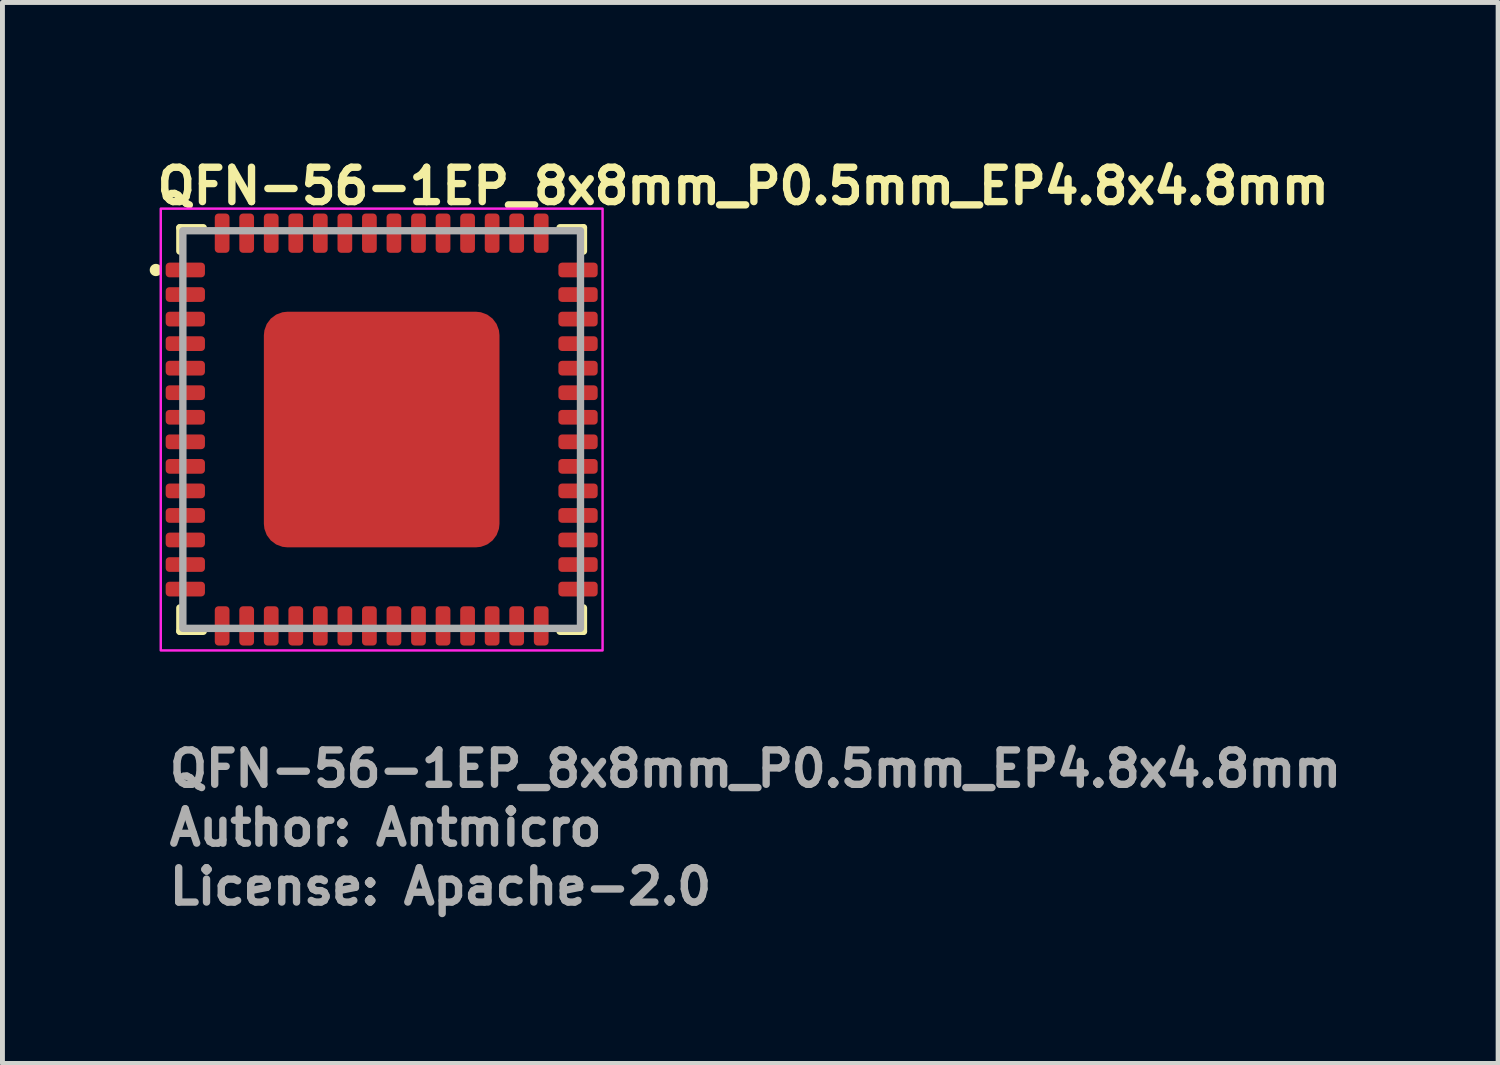
<source format=kicad_pcb>
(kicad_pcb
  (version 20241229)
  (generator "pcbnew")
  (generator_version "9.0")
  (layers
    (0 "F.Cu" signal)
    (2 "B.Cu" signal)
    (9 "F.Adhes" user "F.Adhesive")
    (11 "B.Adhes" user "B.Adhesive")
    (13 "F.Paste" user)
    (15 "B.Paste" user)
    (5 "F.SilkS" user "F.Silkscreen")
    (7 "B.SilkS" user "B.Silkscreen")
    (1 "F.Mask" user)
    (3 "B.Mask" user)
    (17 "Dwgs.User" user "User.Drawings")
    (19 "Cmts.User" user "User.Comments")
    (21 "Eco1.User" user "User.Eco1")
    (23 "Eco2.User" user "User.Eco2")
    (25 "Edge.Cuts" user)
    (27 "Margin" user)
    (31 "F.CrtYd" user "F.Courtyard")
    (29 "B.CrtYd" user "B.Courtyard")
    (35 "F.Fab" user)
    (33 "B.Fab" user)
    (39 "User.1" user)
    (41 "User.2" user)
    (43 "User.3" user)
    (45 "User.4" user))
  (footprint "QFN-56-1EP_8x8mm_P0.5mm_EP4.8x4.8mm"
    (layer "F.Cu")
    (at 4.725 5.7)
    (property "Reference" "QFN-56-1EP_8x8mm_P0.5mm_EP4.8x4.8mm" (at -4.65 -4.55 0) (layer "F.SilkS") (effects (font (size 0.7 0.7) (thickness 0.15)) (justify left bottom)))
    (attr smd)
    (fp_line (start -4.111 -3.635) (end -4.111 -4.111) (stroke (width 0.15) (type solid)) (layer "F.SilkS"))
    (fp_line (start -4.111 4.11) (end -4.111 3.634) (stroke (width 0.15) (type solid)) (layer "F.SilkS"))
    (fp_line (start -3.635 -4.111) (end -4.111 -4.111) (stroke (width 0.15) (type solid)) (layer "F.SilkS"))
    (fp_line (start -3.635 4.11) (end -4.111 4.11) (stroke (width 0.15) (type solid)) (layer "F.SilkS"))
    (fp_line (start 3.634 -4.111) (end 4.11 -4.111) (stroke (width 0.15) (type solid)) (layer "F.SilkS"))
    (fp_line (start 3.634 4.11) (end 4.11 4.11) (stroke (width 0.15) (type solid)) (layer "F.SilkS"))
    (fp_line (start 4.11 -4.111) (end 4.11 -3.635) (stroke (width 0.15) (type solid)) (layer "F.SilkS"))
    (fp_line (start 4.11 4.11) (end 4.11 3.634) (stroke (width 0.15) (type solid)) (layer "F.SilkS"))
    (fp_circle (center -4.6 -3.25) (end -4.55 -3.25) (stroke (width 0.15) (type solid)) (fill yes) (layer "F.SilkS"))
    (fp_rect (start 4.5 4.5) (end -4.5 -4.5) (stroke (width 0.05) (type solid)) (fill no) (layer "F.CrtYd"))
    (fp_rect (start -4.05 -4.05) (end 4.05 4.05) (stroke (width 0.15) (type solid)) (fill no) (layer "F.Fab"))
    (fp_rect (start -4.05 -4.05) (end 4.05 4.05) (stroke (width 0.1) (type solid)) (fill no) (layer "User.5"))
    (fp_line (start -4.05 -3.375) (end -4 -3.375) (stroke (width 0.01) (type solid)) (layer "User.9"))
    (fp_line (start -4.05 -3.125) (end -4.05 -3.375) (stroke (width 0.01) (type solid)) (layer "User.9"))
    (fp_line (start -4.05 -3.125) (end -4 -3.125) (stroke (width 0.01) (type solid)) (layer "User.9"))
    (fp_line (start -4.05 -2.875) (end -4 -2.875) (stroke (width 0.01) (type solid)) (layer "User.9"))
    (fp_line (start -4.05 -2.625) (end -4.05 -2.875) (stroke (width 0.01) (type solid)) (layer "User.9"))
    (fp_line (start -4.05 -2.625) (end -4 -2.625) (stroke (width 0.01) (type solid)) (layer "User.9"))
    (fp_line (start -4.05 -2.375) (end -4 -2.375) (stroke (width 0.01) (type solid)) (layer "User.9"))
    (fp_line (start -4.05 -2.125) (end -4.05 -2.375) (stroke (width 0.01) (type solid)) (layer "User.9"))
    (fp_line (start -4.05 -2.125) (end -4 -2.125) (stroke (width 0.01) (type solid)) (layer "User.9"))
    (fp_line (start -4.05 -1.875) (end -4 -1.875) (stroke (width 0.01) (type solid)) (layer "User.9"))
    (fp_line (start -4.05 -1.625) (end -4.05 -1.875) (stroke (width 0.01) (type solid)) (layer "User.9"))
    (fp_line (start -4.05 -1.625) (end -4 -1.625) (stroke (width 0.01) (type solid)) (layer "User.9"))
    (fp_line (start -4.05 -1.375) (end -4 -1.375) (stroke (width 0.01) (type solid)) (layer "User.9"))
    (fp_line (start -4.05 -1.125) (end -4.05 -1.375) (stroke (width 0.01) (type solid)) (layer "User.9"))
    (fp_line (start -4.05 -1.125) (end -4 -1.125) (stroke (width 0.01) (type solid)) (layer "User.9"))
    (fp_line (start -4.05 -0.875) (end -4 -0.875) (stroke (width 0.01) (type solid)) (layer "User.9"))
    (fp_line (start -4.05 -0.625) (end -4.05 -0.875) (stroke (width 0.01) (type solid)) (layer "User.9"))
    (fp_line (start -4.05 -0.625) (end -4 -0.625) (stroke (width 0.01) (type solid)) (layer "User.9"))
    (fp_line (start -4.05 -0.375) (end -4 -0.375) (stroke (width 0.01) (type solid)) (layer "User.9"))
    (fp_line (start -4.05 -0.125) (end -4.05 -0.375) (stroke (width 0.01) (type solid)) (layer "User.9"))
    (fp_line (start -4.05 -0.125) (end -4 -0.125) (stroke (width 0.01) (type solid)) (layer "User.9"))
    (fp_line (start -4.05 0.125) (end -4 0.125) (stroke (width 0.01) (type solid)) (layer "User.9"))
    (fp_line (start -4.05 0.375) (end -4.05 0.125) (stroke (width 0.01) (type solid)) (layer "User.9"))
    (fp_line (start -4.05 0.375) (end -4 0.375) (stroke (width 0.01) (type solid)) (layer "User.9"))
    (fp_line (start -4.05 0.625) (end -4 0.625) (stroke (width 0.01) (type solid)) (layer "User.9"))
    (fp_line (start -4.05 0.875) (end -4.05 0.625) (stroke (width 0.01) (type solid)) (layer "User.9"))
    (fp_line (start -4.05 0.875) (end -4 0.875) (stroke (width 0.01) (type solid)) (layer "User.9"))
    (fp_line (start -4.05 1.125) (end -4 1.125) (stroke (width 0.01) (type solid)) (layer "User.9"))
    (fp_line (start -4.05 1.375) (end -4.05 1.125) (stroke (width 0.01) (type solid)) (layer "User.9"))
    (fp_line (start -4.05 1.375) (end -4 1.375) (stroke (width 0.01) (type solid)) (layer "User.9"))
    (fp_line (start -4.05 1.625) (end -4 1.625) (stroke (width 0.01) (type solid)) (layer "User.9"))
    (fp_line (start -4.05 1.875) (end -4.05 1.625) (stroke (width 0.01) (type solid)) (layer "User.9"))
    (fp_line (start -4.05 1.875) (end -4 1.875) (stroke (width 0.01) (type solid)) (layer "User.9"))
    (fp_line (start -4.05 2.125) (end -4 2.125) (stroke (width 0.01) (type solid)) (layer "User.9"))
    (fp_line (start -4.05 2.375) (end -4.05 2.125) (stroke (width 0.01) (type solid)) (layer "User.9"))
    (fp_line (start -4.05 2.375) (end -4 2.375) (stroke (width 0.01) (type solid)) (layer "User.9"))
    (fp_line (start -4.05 2.625) (end -4 2.625) (stroke (width 0.01) (type solid)) (layer "User.9"))
    (fp_line (start -4.05 2.875) (end -4.05 2.625) (stroke (width 0.01) (type solid)) (layer "User.9"))
    (fp_line (start -4.05 2.875) (end -4 2.875) (stroke (width 0.01) (type solid)) (layer "User.9"))
    (fp_line (start -4.05 3.125) (end -4 3.125) (stroke (width 0.01) (type solid)) (layer "User.9"))
    (fp_line (start -4.05 3.375) (end -4.05 3.125) (stroke (width 0.01) (type solid)) (layer "User.9"))
    (fp_line (start -4.05 3.375) (end -4 3.375) (stroke (width 0.01) (type solid)) (layer "User.9"))
    (fp_line (start -4 -4) (end 4 -4) (stroke (width 0.01) (type solid)) (layer "User.9"))
    (fp_line (start -4 4) (end -4 -4) (stroke (width 0.01) (type solid)) (layer "User.9"))
    (fp_line (start -4 4) (end 4 4) (stroke (width 0.01) (type solid)) (layer "User.9"))
    (fp_line (start -3.375 -4.05) (end -3.375 -4) (stroke (width 0.01) (type solid)) (layer "User.9"))
    (fp_line (start -3.375 -4.05) (end -3.125 -4.05) (stroke (width 0.01) (type solid)) (layer "User.9"))
    (fp_line (start -3.375 4.05) (end -3.375 4) (stroke (width 0.01) (type solid)) (layer "User.9"))
    (fp_line (start -3.375 4.05) (end -3.125 4.05) (stroke (width 0.01) (type solid)) (layer "User.9"))
    (fp_line (start -3.125 -4.05) (end -3.125 -4) (stroke (width 0.01) (type solid)) (layer "User.9"))
    (fp_line (start -3.125 4.05) (end -3.125 4) (stroke (width 0.01) (type solid)) (layer "User.9"))
    (fp_line (start -2.875 -4.05) (end -2.875 -4) (stroke (width 0.01) (type solid)) (layer "User.9"))
    (fp_line (start -2.875 -4.05) (end -2.625 -4.05) (stroke (width 0.01) (type solid)) (layer "User.9"))
    (fp_line (start -2.875 4.05) (end -2.875 4) (stroke (width 0.01) (type solid)) (layer "User.9"))
    (fp_line (start -2.875 4.05) (end -2.625 4.05) (stroke (width 0.01) (type solid)) (layer "User.9"))
    (fp_line (start -2.625 -4.05) (end -2.625 -4) (stroke (width 0.01) (type solid)) (layer "User.9"))
    (fp_line (start -2.625 4.05) (end -2.625 4) (stroke (width 0.01) (type solid)) (layer "User.9"))
    (fp_line (start -2.375 -4.05) (end -2.375 -4) (stroke (width 0.01) (type solid)) (layer "User.9"))
    (fp_line (start -2.375 -4.05) (end -2.125 -4.05) (stroke (width 0.01) (type solid)) (layer "User.9"))
    (fp_line (start -2.375 4.05) (end -2.375 4) (stroke (width 0.01) (type solid)) (layer "User.9"))
    (fp_line (start -2.375 4.05) (end -2.125 4.05) (stroke (width 0.01) (type solid)) (layer "User.9"))
    (fp_line (start -2.125 -4.05) (end -2.125 -4) (stroke (width 0.01) (type solid)) (layer "User.9"))
    (fp_line (start -2.125 4.05) (end -2.125 4) (stroke (width 0.01) (type solid)) (layer "User.9"))
    (fp_line (start -1.875 -4.05) (end -1.875 -4) (stroke (width 0.01) (type solid)) (layer "User.9"))
    (fp_line (start -1.875 -4.05) (end -1.625 -4.05) (stroke (width 0.01) (type solid)) (layer "User.9"))
    (fp_line (start -1.875 4.05) (end -1.875 4) (stroke (width 0.01) (type solid)) (layer "User.9"))
    (fp_line (start -1.875 4.05) (end -1.625 4.05) (stroke (width 0.01) (type solid)) (layer "User.9"))
    (fp_line (start -1.625 -4.05) (end -1.625 -4) (stroke (width 0.01) (type solid)) (layer "User.9"))
    (fp_line (start -1.625 4.05) (end -1.625 4) (stroke (width 0.01) (type solid)) (layer "User.9"))
    (fp_line (start -1.375 -4.05) (end -1.375 -4) (stroke (width 0.01) (type solid)) (layer "User.9"))
    (fp_line (start -1.375 -4.05) (end -1.125 -4.05) (stroke (width 0.01) (type solid)) (layer "User.9"))
    (fp_line (start -1.375 4.05) (end -1.375 4) (stroke (width 0.01) (type solid)) (layer "User.9"))
    (fp_line (start -1.375 4.05) (end -1.125 4.05) (stroke (width 0.01) (type solid)) (layer "User.9"))
    (fp_line (start -1.125 -4.05) (end -1.125 -4) (stroke (width 0.01) (type solid)) (layer "User.9"))
    (fp_line (start -1.125 4.05) (end -1.125 4) (stroke (width 0.01) (type solid)) (layer "User.9"))
    (fp_line (start -0.875 -4.05) (end -0.875 -4) (stroke (width 0.01) (type solid)) (layer "User.9"))
    (fp_line (start -0.875 -4.05) (end -0.625 -4.05) (stroke (width 0.01) (type solid)) (layer "User.9"))
    (fp_line (start -0.875 4.05) (end -0.875 4) (stroke (width 0.01) (type solid)) (layer "User.9"))
    (fp_line (start -0.875 4.05) (end -0.625 4.05) (stroke (width 0.01) (type solid)) (layer "User.9"))
    (fp_line (start -0.625 -4.05) (end -0.625 -4) (stroke (width 0.01) (type solid)) (layer "User.9"))
    (fp_line (start -0.625 4.05) (end -0.625 4) (stroke (width 0.01) (type solid)) (layer "User.9"))
    (fp_line (start -0.375 -4.05) (end -0.375 -4) (stroke (width 0.01) (type solid)) (layer "User.9"))
    (fp_line (start -0.375 -4.05) (end -0.125 -4.05) (stroke (width 0.01) (type solid)) (layer "User.9"))
    (fp_line (start -0.375 4.05) (end -0.375 4) (stroke (width 0.01) (type solid)) (layer "User.9"))
    (fp_line (start -0.375 4.05) (end -0.125 4.05) (stroke (width 0.01) (type solid)) (layer "User.9"))
    (fp_line (start -0.125 -4.05) (end -0.125 -4) (stroke (width 0.01) (type solid)) (layer "User.9"))
    (fp_line (start -0.125 4.05) (end -0.125 4) (stroke (width 0.01) (type solid)) (layer "User.9"))
    (fp_line (start 0.125 -4.05) (end 0.125 -4) (stroke (width 0.01) (type solid)) (layer "User.9"))
    (fp_line (start 0.125 -4.05) (end 0.375 -4.05) (stroke (width 0.01) (type solid)) (layer "User.9"))
    (fp_line (start 0.125 4.05) (end 0.125 4) (stroke (width 0.01) (type solid)) (layer "User.9"))
    (fp_line (start 0.125 4.05) (end 0.375 4.05) (stroke (width 0.01) (type solid)) (layer "User.9"))
    (fp_line (start 0.375 -4.05) (end 0.375 -4) (stroke (width 0.01) (type solid)) (layer "User.9"))
    (fp_line (start 0.375 4.05) (end 0.375 4) (stroke (width 0.01) (type solid)) (layer "User.9"))
    (fp_line (start 0.625 -4.05) (end 0.625 -4) (stroke (width 0.01) (type solid)) (layer "User.9"))
    (fp_line (start 0.625 -4.05) (end 0.875 -4.05) (stroke (width 0.01) (type solid)) (layer "User.9"))
    (fp_line (start 0.625 4.05) (end 0.625 4) (stroke (width 0.01) (type solid)) (layer "User.9"))
    (fp_line (start 0.625 4.05) (end 0.875 4.05) (stroke (width 0.01) (type solid)) (layer "User.9"))
    (fp_line (start 0.875 -4.05) (end 0.875 -4) (stroke (width 0.01) (type solid)) (layer "User.9"))
    (fp_line (start 0.875 4.05) (end 0.875 4) (stroke (width 0.01) (type solid)) (layer "User.9"))
    (fp_line (start 1.125 -4.05) (end 1.125 -4) (stroke (width 0.01) (type solid)) (layer "User.9"))
    (fp_line (start 1.125 -4.05) (end 1.375 -4.05) (stroke (width 0.01) (type solid)) (layer "User.9"))
    (fp_line (start 1.125 4.05) (end 1.125 4) (stroke (width 0.01) (type solid)) (layer "User.9"))
    (fp_line (start 1.125 4.05) (end 1.375 4.05) (stroke (width 0.01) (type solid)) (layer "User.9"))
    (fp_line (start 1.375 -4.05) (end 1.375 -4) (stroke (width 0.01) (type solid)) (layer "User.9"))
    (fp_line (start 1.375 4.05) (end 1.375 4) (stroke (width 0.01) (type solid)) (layer "User.9"))
    (fp_line (start 1.625 -4.05) (end 1.625 -4) (stroke (width 0.01) (type solid)) (layer "User.9"))
    (fp_line (start 1.625 -4.05) (end 1.875 -4.05) (stroke (width 0.01) (type solid)) (layer "User.9"))
    (fp_line (start 1.625 4.05) (end 1.625 4) (stroke (width 0.01) (type solid)) (layer "User.9"))
    (fp_line (start 1.625 4.05) (end 1.875 4.05) (stroke (width 0.01) (type solid)) (layer "User.9"))
    (fp_line (start 1.875 -4.05) (end 1.875 -4) (stroke (width 0.01) (type solid)) (layer "User.9"))
    (fp_line (start 1.875 4.05) (end 1.875 4) (stroke (width 0.01) (type solid)) (layer "User.9"))
    (fp_line (start 2.125 -4.05) (end 2.125 -4) (stroke (width 0.01) (type solid)) (layer "User.9"))
    (fp_line (start 2.125 -4.05) (end 2.375 -4.05) (stroke (width 0.01) (type solid)) (layer "User.9"))
    (fp_line (start 2.125 4.05) (end 2.125 4) (stroke (width 0.01) (type solid)) (layer "User.9"))
    (fp_line (start 2.125 4.05) (end 2.375 4.05) (stroke (width 0.01) (type solid)) (layer "User.9"))
    (fp_line (start 2.375 -4.05) (end 2.375 -4) (stroke (width 0.01) (type solid)) (layer "User.9"))
    (fp_line (start 2.375 4.05) (end 2.375 4) (stroke (width 0.01) (type solid)) (layer "User.9"))
    (fp_line (start 2.625 -4.05) (end 2.625 -4) (stroke (width 0.01) (type solid)) (layer "User.9"))
    (fp_line (start 2.625 -4.05) (end 2.875 -4.05) (stroke (width 0.01) (type solid)) (layer "User.9"))
    (fp_line (start 2.625 4.05) (end 2.625 4) (stroke (width 0.01) (type solid)) (layer "User.9"))
    (fp_line (start 2.625 4.05) (end 2.875 4.05) (stroke (width 0.01) (type solid)) (layer "User.9"))
    (fp_line (start 2.875 -4.05) (end 2.875 -4) (stroke (width 0.01) (type solid)) (layer "User.9"))
    (fp_line (start 2.875 4.05) (end 2.875 4) (stroke (width 0.01) (type solid)) (layer "User.9"))
    (fp_line (start 3.125 -4.05) (end 3.125 -4) (stroke (width 0.01) (type solid)) (layer "User.9"))
    (fp_line (start 3.125 -4.05) (end 3.375 -4.05) (stroke (width 0.01) (type solid)) (layer "User.9"))
    (fp_line (start 3.125 4.05) (end 3.125 4) (stroke (width 0.01) (type solid)) (layer "User.9"))
    (fp_line (start 3.125 4.05) (end 3.375 4.05) (stroke (width 0.01) (type solid)) (layer "User.9"))
    (fp_line (start 3.375 -4.05) (end 3.375 -4) (stroke (width 0.01) (type solid)) (layer "User.9"))
    (fp_line (start 3.375 4.05) (end 3.375 4) (stroke (width 0.01) (type solid)) (layer "User.9"))
    (fp_line (start 4 4) (end 4 -4) (stroke (width 0.01) (type solid)) (layer "User.9"))
    (fp_line (start 4.05 -3.375) (end 4 -3.375) (stroke (width 0.01) (type solid)) (layer "User.9"))
    (fp_line (start 4.05 -3.125) (end 4 -3.125) (stroke (width 0.01) (type solid)) (layer "User.9"))
    (fp_line (start 4.05 -3.125) (end 4.05 -3.375) (stroke (width 0.01) (type solid)) (layer "User.9"))
    (fp_line (start 4.05 -2.875) (end 4 -2.875) (stroke (width 0.01) (type solid)) (layer "User.9"))
    (fp_line (start 4.05 -2.625) (end 4 -2.625) (stroke (width 0.01) (type solid)) (layer "User.9"))
    (fp_line (start 4.05 -2.625) (end 4.05 -2.875) (stroke (width 0.01) (type solid)) (layer "User.9"))
    (fp_line (start 4.05 -2.375) (end 4 -2.375) (stroke (width 0.01) (type solid)) (layer "User.9"))
    (fp_line (start 4.05 -2.125) (end 4 -2.125) (stroke (width 0.01) (type solid)) (layer "User.9"))
    (fp_line (start 4.05 -2.125) (end 4.05 -2.375) (stroke (width 0.01) (type solid)) (layer "User.9"))
    (fp_line (start 4.05 -1.875) (end 4 -1.875) (stroke (width 0.01) (type solid)) (layer "User.9"))
    (fp_line (start 4.05 -1.625) (end 4 -1.625) (stroke (width 0.01) (type solid)) (layer "User.9"))
    (fp_line (start 4.05 -1.625) (end 4.05 -1.875) (stroke (width 0.01) (type solid)) (layer "User.9"))
    (fp_line (start 4.05 -1.375) (end 4 -1.375) (stroke (width 0.01) (type solid)) (layer "User.9"))
    (fp_line (start 4.05 -1.125) (end 4 -1.125) (stroke (width 0.01) (type solid)) (layer "User.9"))
    (fp_line (start 4.05 -1.125) (end 4.05 -1.375) (stroke (width 0.01) (type solid)) (layer "User.9"))
    (fp_line (start 4.05 -0.875) (end 4 -0.875) (stroke (width 0.01) (type solid)) (layer "User.9"))
    (fp_line (start 4.05 -0.625) (end 4 -0.625) (stroke (width 0.01) (type solid)) (layer "User.9"))
    (fp_line (start 4.05 -0.625) (end 4.05 -0.875) (stroke (width 0.01) (type solid)) (layer "User.9"))
    (fp_line (start 4.05 -0.375) (end 4 -0.375) (stroke (width 0.01) (type solid)) (layer "User.9"))
    (fp_line (start 4.05 -0.125) (end 4 -0.125) (stroke (width 0.01) (type solid)) (layer "User.9"))
    (fp_line (start 4.05 -0.125) (end 4.05 -0.375) (stroke (width 0.01) (type solid)) (layer "User.9"))
    (fp_line (start 4.05 0.125) (end 4 0.125) (stroke (width 0.01) (type solid)) (layer "User.9"))
    (fp_line (start 4.05 0.375) (end 4 0.375) (stroke (width 0.01) (type solid)) (layer "User.9"))
    (fp_line (start 4.05 0.375) (end 4.05 0.125) (stroke (width 0.01) (type solid)) (layer "User.9"))
    (fp_line (start 4.05 0.625) (end 4 0.625) (stroke (width 0.01) (type solid)) (layer "User.9"))
    (fp_line (start 4.05 0.875) (end 4 0.875) (stroke (width 0.01) (type solid)) (layer "User.9"))
    (fp_line (start 4.05 0.875) (end 4.05 0.625) (stroke (width 0.01) (type solid)) (layer "User.9"))
    (fp_line (start 4.05 1.125) (end 4 1.125) (stroke (width 0.01) (type solid)) (layer "User.9"))
    (fp_line (start 4.05 1.375) (end 4 1.375) (stroke (width 0.01) (type solid)) (layer "User.9"))
    (fp_line (start 4.05 1.375) (end 4.05 1.125) (stroke (width 0.01) (type solid)) (layer "User.9"))
    (fp_line (start 4.05 1.625) (end 4 1.625) (stroke (width 0.01) (type solid)) (layer "User.9"))
    (fp_line (start 4.05 1.875) (end 4 1.875) (stroke (width 0.01) (type solid)) (layer "User.9"))
    (fp_line (start 4.05 1.875) (end 4.05 1.625) (stroke (width 0.01) (type solid)) (layer "User.9"))
    (fp_line (start 4.05 2.125) (end 4 2.125) (stroke (width 0.01) (type solid)) (layer "User.9"))
    (fp_line (start 4.05 2.375) (end 4 2.375) (stroke (width 0.01) (type solid)) (layer "User.9"))
    (fp_line (start 4.05 2.375) (end 4.05 2.125) (stroke (width 0.01) (type solid)) (layer "User.9"))
    (fp_line (start 4.05 2.625) (end 4 2.625) (stroke (width 0.01) (type solid)) (layer "User.9"))
    (fp_line (start 4.05 2.875) (end 4 2.875) (stroke (width 0.01) (type solid)) (layer "User.9"))
    (fp_line (start 4.05 2.875) (end 4.05 2.625) (stroke (width 0.01) (type solid)) (layer "User.9"))
    (fp_line (start 4.05 3.125) (end 4 3.125) (stroke (width 0.01) (type solid)) (layer "User.9"))
    (fp_line (start 4.05 3.375) (end 4 3.375) (stroke (width 0.01) (type solid)) (layer "User.9"))
    (fp_line (start 4.05 3.375) (end 4.05 3.125) (stroke (width 0.01) (type solid)) (layer "User.9"))
    (fp_circle (center -3.1 -3.1) (end -2.8 -3.1) (stroke (width 0.02) (type solid)) (fill no) (layer "User.9"))
    (fp_text user "${REFERENCE}" (at -4.4 7.32 0) (layer "F.Fab") (effects (font (size 0.7 0.7) (thickness 0.15)) (justify left bottom)))
    (fp_text user "License: Apache-2.0" (at -4.4 9.719 0) (layer "F.Fab") (effects (font (size 0.7 0.7) (thickness 0.15)) (justify left bottom)))
    (fp_text user "Author: Antmicro" (at -4.4 8.519 0) (layer "F.Fab") (effects (font (size 0.7 0.7) (thickness 0.15)) (justify left bottom)))
    (pad "" smd roundrect (at -1.8 -1.8) (size 0.8 0.8) (layers "F.Paste") (roundrect_rratio 0.221))
    (pad "" smd roundrect (at -1.8 -0.6) (size 0.8 0.8) (layers "F.Paste") (roundrect_rratio 0.221))
    (pad "" smd roundrect (at -1.8 0.6) (size 0.8 0.8) (layers "F.Paste") (roundrect_rratio 0.221))
    (pad "" smd roundrect (at -1.8 1.8) (size 0.8 0.8) (layers "F.Paste") (roundrect_rratio 0.221))
    (pad "" smd roundrect (at -0.6 -1.8) (size 0.8 0.8) (layers "F.Paste") (roundrect_rratio 0.221))
    (pad "" smd roundrect (at -0.6 -0.6) (size 0.8 0.8) (layers "F.Paste") (roundrect_rratio 0.221))
    (pad "" smd roundrect (at -0.6 0.6) (size 0.8 0.8) (layers "F.Paste") (roundrect_rratio 0.221))
    (pad "" smd roundrect (at -0.6 1.8) (size 0.8 0.8) (layers "F.Paste") (roundrect_rratio 0.221))
    (pad "" smd roundrect (at 0.6 -1.8) (size 0.8 0.8) (layers "F.Paste") (roundrect_rratio 0.221))
    (pad "" smd roundrect (at 0.6 -0.6) (size 0.8 0.8) (layers "F.Paste") (roundrect_rratio 0.221))
    (pad "" smd roundrect (at 0.6 0.6) (size 0.8 0.8) (layers "F.Paste") (roundrect_rratio 0.221))
    (pad "" smd roundrect (at 0.6 1.8) (size 0.8 0.8) (layers "F.Paste") (roundrect_rratio 0.221))
    (pad "" smd roundrect (at 1.8 -1.8) (size 0.8 0.8) (layers "F.Paste") (roundrect_rratio 0.221))
    (pad "" smd roundrect (at 1.8 -0.6) (size 0.8 0.8) (layers "F.Paste") (roundrect_rratio 0.221))
    (pad "" smd roundrect (at 1.8 0.6) (size 0.8 0.8) (layers "F.Paste") (roundrect_rratio 0.221))
    (pad "" smd roundrect (at 1.8 1.8) (size 0.8 0.8) (layers "F.Paste") (roundrect_rratio 0.221))
    (pad "1" smd roundrect (at -4 -3.25) (size 0.8 0.3) (layers "F.Cu" "F.Mask" "F.Paste") (roundrect_rratio 0.25))
    (pad "2" smd roundrect (at -4 -2.75) (size 0.8 0.3) (layers "F.Cu" "F.Mask" "F.Paste") (roundrect_rratio 0.25))
    (pad "3" smd roundrect (at -4 -2.25) (size 0.8 0.3) (layers "F.Cu" "F.Mask" "F.Paste") (roundrect_rratio 0.25))
    (pad "4" smd roundrect (at -4 -1.75) (size 0.8 0.3) (layers "F.Cu" "F.Mask" "F.Paste") (roundrect_rratio 0.25))
    (pad "5" smd roundrect (at -4 -1.25) (size 0.8 0.3) (layers "F.Cu" "F.Mask" "F.Paste") (roundrect_rratio 0.25))
    (pad "6" smd roundrect (at -4 -0.75) (size 0.8 0.3) (layers "F.Cu" "F.Mask" "F.Paste") (roundrect_rratio 0.25))
    (pad "7" smd roundrect (at -4 -0.25) (size 0.8 0.3) (layers "F.Cu" "F.Mask" "F.Paste") (roundrect_rratio 0.25))
    (pad "8" smd roundrect (at -4 0.25) (size 0.8 0.3) (layers "F.Cu" "F.Mask" "F.Paste") (roundrect_rratio 0.25))
    (pad "9" smd roundrect (at -4 0.75) (size 0.8 0.3) (layers "F.Cu" "F.Mask" "F.Paste") (roundrect_rratio 0.25))
    (pad "10" smd roundrect (at -4 1.25) (size 0.8 0.3) (layers "F.Cu" "F.Mask" "F.Paste") (roundrect_rratio 0.25))
    (pad "11" smd roundrect (at -4 1.75) (size 0.8 0.3) (layers "F.Cu" "F.Mask" "F.Paste") (roundrect_rratio 0.25))
    (pad "12" smd roundrect (at -4 2.25) (size 0.8 0.3) (layers "F.Cu" "F.Mask" "F.Paste") (roundrect_rratio 0.25))
    (pad "13" smd roundrect (at -4 2.75) (size 0.8 0.3) (layers "F.Cu" "F.Mask" "F.Paste") (roundrect_rratio 0.25))
    (pad "14" smd roundrect (at -4 3.25) (size 0.8 0.3) (layers "F.Cu" "F.Mask" "F.Paste") (roundrect_rratio 0.25))
    (pad "15" smd roundrect (at -3.25 4 90) (size 0.8 0.3) (layers "F.Cu" "F.Mask" "F.Paste") (roundrect_rratio 0.25))
    (pad "16" smd roundrect (at -2.75 4 90) (size 0.8 0.3) (layers "F.Cu" "F.Mask" "F.Paste") (roundrect_rratio 0.25))
    (pad "17" smd roundrect (at -2.25 4 90) (size 0.8 0.3) (layers "F.Cu" "F.Mask" "F.Paste") (roundrect_rratio 0.25))
    (pad "18" smd roundrect (at -1.75 4 90) (size 0.8 0.3) (layers "F.Cu" "F.Mask" "F.Paste") (roundrect_rratio 0.25))
    (pad "19" smd roundrect (at -1.25 4 90) (size 0.8 0.3) (layers "F.Cu" "F.Mask" "F.Paste") (roundrect_rratio 0.25))
    (pad "20" smd roundrect (at -0.75 4 90) (size 0.8 0.3) (layers "F.Cu" "F.Mask" "F.Paste") (roundrect_rratio 0.25))
    (pad "21" smd roundrect (at -0.25 4 90) (size 0.8 0.3) (layers "F.Cu" "F.Mask" "F.Paste") (roundrect_rratio 0.25))
    (pad "22" smd roundrect (at 0.25 4 90) (size 0.8 0.3) (layers "F.Cu" "F.Mask" "F.Paste") (roundrect_rratio 0.25))
    (pad "23" smd roundrect (at 0.75 4 90) (size 0.8 0.3) (layers "F.Cu" "F.Mask" "F.Paste") (roundrect_rratio 0.25))
    (pad "24" smd roundrect (at 1.25 4 90) (size 0.8 0.3) (layers "F.Cu" "F.Mask" "F.Paste") (roundrect_rratio 0.25))
    (pad "25" smd roundrect (at 1.75 4 90) (size 0.8 0.3) (layers "F.Cu" "F.Mask" "F.Paste") (roundrect_rratio 0.25))
    (pad "26" smd roundrect (at 2.25 4 90) (size 0.8 0.3) (layers "F.Cu" "F.Mask" "F.Paste") (roundrect_rratio 0.25))
    (pad "27" smd roundrect (at 2.75 4 90) (size 0.8 0.3) (layers "F.Cu" "F.Mask" "F.Paste") (roundrect_rratio 0.25))
    (pad "28" smd roundrect (at 3.25 4 90) (size 0.8 0.3) (layers "F.Cu" "F.Mask" "F.Paste") (roundrect_rratio 0.25))
    (pad "29" smd roundrect (at 4 3.25) (size 0.8 0.3) (layers "F.Cu" "F.Mask" "F.Paste") (roundrect_rratio 0.25))
    (pad "30" smd roundrect (at 4 2.75) (size 0.8 0.3) (layers "F.Cu" "F.Mask" "F.Paste") (roundrect_rratio 0.25))
    (pad "31" smd roundrect (at 4 2.25) (size 0.8 0.3) (layers "F.Cu" "F.Mask" "F.Paste") (roundrect_rratio 0.25))
    (pad "32" smd roundrect (at 4 1.75) (size 0.8 0.3) (layers "F.Cu" "F.Mask" "F.Paste") (roundrect_rratio 0.25))
    (pad "33" smd roundrect (at 4 1.25) (size 0.8 0.3) (layers "F.Cu" "F.Mask" "F.Paste") (roundrect_rratio 0.25))
    (pad "34" smd roundrect (at 4 0.75) (size 0.8 0.3) (layers "F.Cu" "F.Mask" "F.Paste") (roundrect_rratio 0.25))
    (pad "35" smd roundrect (at 4 0.25) (size 0.8 0.3) (layers "F.Cu" "F.Mask" "F.Paste") (roundrect_rratio 0.25))
    (pad "36" smd roundrect (at 4 -0.25) (size 0.8 0.3) (layers "F.Cu" "F.Mask" "F.Paste") (roundrect_rratio 0.25))
    (pad "37" smd roundrect (at 4 -0.75) (size 0.8 0.3) (layers "F.Cu" "F.Mask" "F.Paste") (roundrect_rratio 0.25))
    (pad "38" smd roundrect (at 4 -1.25) (size 0.8 0.3) (layers "F.Cu" "F.Mask" "F.Paste") (roundrect_rratio 0.25))
    (pad "39" smd roundrect (at 4 -1.75) (size 0.8 0.3) (layers "F.Cu" "F.Mask" "F.Paste") (roundrect_rratio 0.25))
    (pad "40" smd roundrect (at 4 -2.25) (size 0.8 0.3) (layers "F.Cu" "F.Mask" "F.Paste") (roundrect_rratio 0.25))
    (pad "41" smd roundrect (at 4 -2.75) (size 0.8 0.3) (layers "F.Cu" "F.Mask" "F.Paste") (roundrect_rratio 0.25))
    (pad "42" smd roundrect (at 4 -3.25) (size 0.8 0.3) (layers "F.Cu" "F.Mask" "F.Paste") (roundrect_rratio 0.25))
    (pad "43" smd roundrect (at 3.25 -4 90) (size 0.8 0.3) (layers "F.Cu" "F.Mask" "F.Paste") (roundrect_rratio 0.25))
    (pad "44" smd roundrect (at 2.75 -4 90) (size 0.8 0.3) (layers "F.Cu" "F.Mask" "F.Paste") (roundrect_rratio 0.25))
    (pad "45" smd roundrect (at 2.25 -4 90) (size 0.8 0.3) (layers "F.Cu" "F.Mask" "F.Paste") (roundrect_rratio 0.25))
    (pad "46" smd roundrect (at 1.75 -4 90) (size 0.8 0.3) (layers "F.Cu" "F.Mask" "F.Paste") (roundrect_rratio 0.25))
    (pad "47" smd roundrect (at 1.25 -4 90) (size 0.8 0.3) (layers "F.Cu" "F.Mask" "F.Paste") (roundrect_rratio 0.25))
    (pad "48" smd roundrect (at 0.75 -4 90) (size 0.8 0.3) (layers "F.Cu" "F.Mask" "F.Paste") (roundrect_rratio 0.25))
    (pad "49" smd roundrect (at 0.25 -4 90) (size 0.8 0.3) (layers "F.Cu" "F.Mask" "F.Paste") (roundrect_rratio 0.25))
    (pad "50" smd roundrect (at -0.25 -4 90) (size 0.8 0.3) (layers "F.Cu" "F.Mask" "F.Paste") (roundrect_rratio 0.25))
    (pad "51" smd roundrect (at -0.75 -4 90) (size 0.8 0.3) (layers "F.Cu" "F.Mask" "F.Paste") (roundrect_rratio 0.25))
    (pad "52" smd roundrect (at -1.25 -4 90) (size 0.8 0.3) (layers "F.Cu" "F.Mask" "F.Paste") (roundrect_rratio 0.25))
    (pad "53" smd roundrect (at -1.75 -4 90) (size 0.8 0.3) (layers "F.Cu" "F.Mask" "F.Paste") (roundrect_rratio 0.25))
    (pad "54" smd roundrect (at -2.25 -4 90) (size 0.8 0.3) (layers "F.Cu" "F.Mask" "F.Paste") (roundrect_rratio 0.25))
    (pad "55" smd roundrect (at -2.75 -4 90) (size 0.8 0.3) (layers "F.Cu" "F.Mask" "F.Paste") (roundrect_rratio 0.25))
    (pad "56" smd roundrect (at -3.25 -4 90) (size 0.8 0.3) (layers "F.Cu" "F.Mask" "F.Paste") (roundrect_rratio 0.25))
    (pad "57" smd roundrect (at 0 0) (size 4.8 4.8) (layers "F.Cu" "F.Mask") (roundrect_rratio 0.1)))
  (gr_rect
    (start -3 -3)
    (end 27.468 18.614)
    (stroke (width 0.1) (type default))
    (fill no)
    (layer "Edge.Cuts")))
</source>
